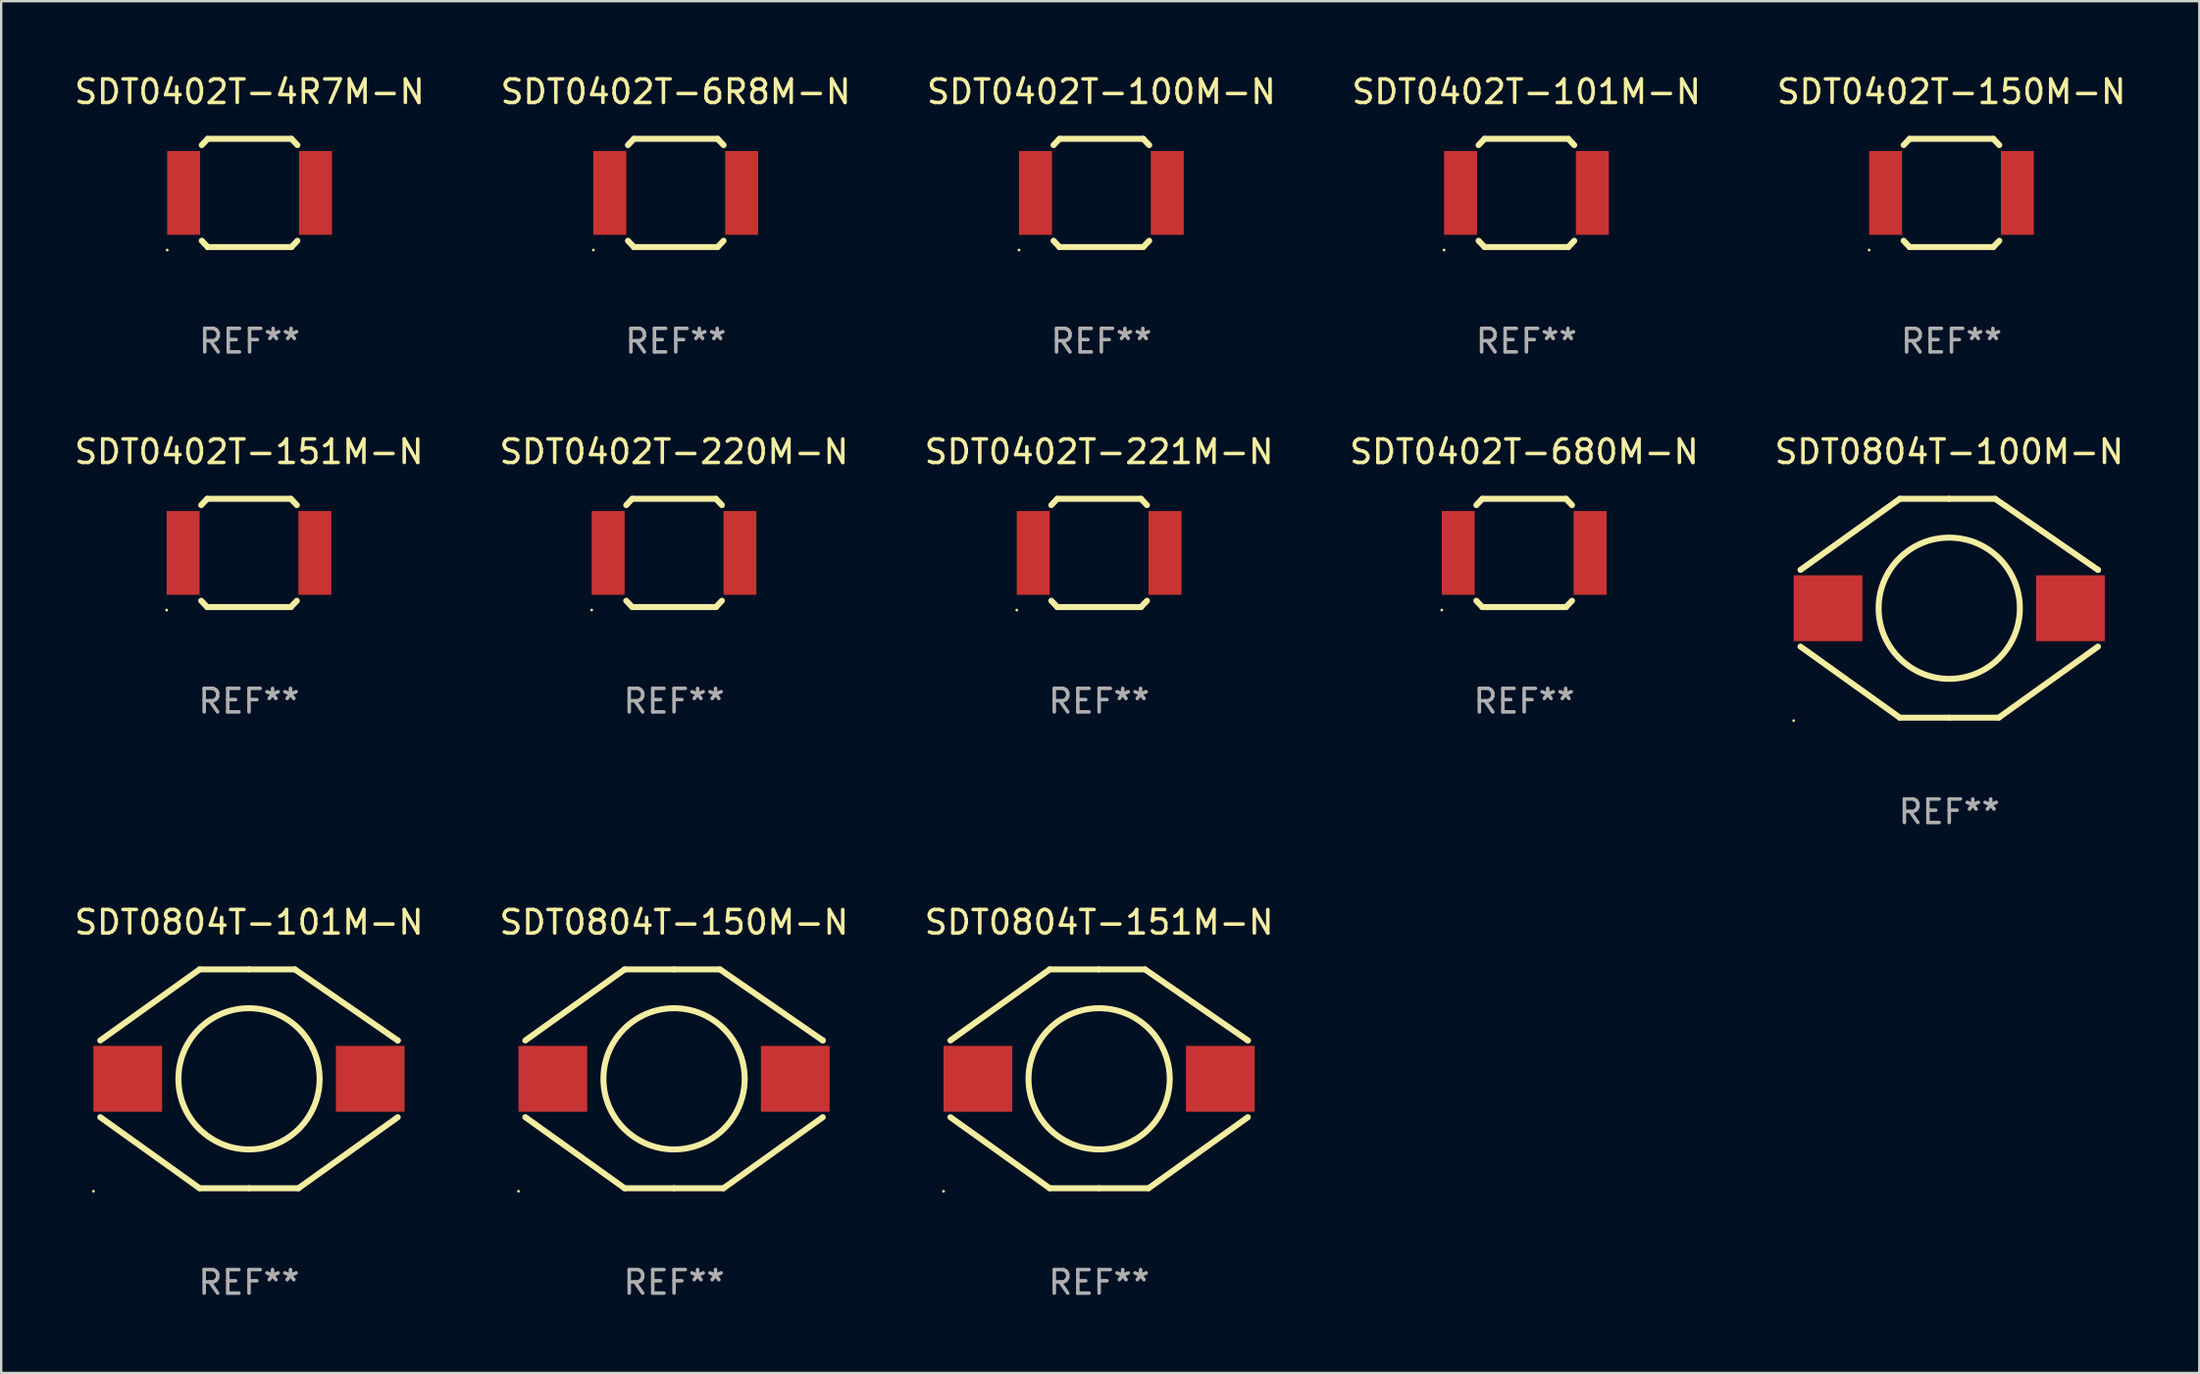
<source format=kicad_pcb>
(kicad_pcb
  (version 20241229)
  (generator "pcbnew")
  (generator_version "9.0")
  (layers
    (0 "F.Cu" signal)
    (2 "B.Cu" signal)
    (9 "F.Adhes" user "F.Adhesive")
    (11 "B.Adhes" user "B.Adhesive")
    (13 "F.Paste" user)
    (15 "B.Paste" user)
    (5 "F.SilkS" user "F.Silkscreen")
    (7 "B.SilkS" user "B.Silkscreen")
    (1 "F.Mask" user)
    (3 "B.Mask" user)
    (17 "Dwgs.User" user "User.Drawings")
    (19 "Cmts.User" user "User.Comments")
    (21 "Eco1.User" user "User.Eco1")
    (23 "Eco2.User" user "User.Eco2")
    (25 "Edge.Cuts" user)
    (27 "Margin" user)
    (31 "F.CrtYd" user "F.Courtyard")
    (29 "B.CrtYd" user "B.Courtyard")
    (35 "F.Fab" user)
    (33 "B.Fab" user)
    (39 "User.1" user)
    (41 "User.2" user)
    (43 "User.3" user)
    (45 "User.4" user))
  (footprint "SDT0804T-100M-N"
    (layer "F.Cu")
    (at 79.768 22.795)
    (property "Reference" "SDT0804T-100M-N" (at 0 -6.65 0) (layer "F.SilkS") (effects (font (size 1 1) (thickness 0.15))))
    (attr through_hole)
    (fp_line (start -2.1 -4.65) (end -6.32 -1.63) (stroke (width 0.254) (type solid)) (layer "F.SilkS"))
    (fp_line (start -2.1 4.65) (end -6.32 1.63) (stroke (width 0.254) (type solid)) (layer "F.SilkS"))
    (fp_line (start 0 -4.65) (end -2.1 -4.65) (stroke (width 0.254) (type solid)) (layer "F.SilkS"))
    (fp_line (start 0 -4.65) (end 1.95 -4.65) (stroke (width 0.254) (type solid)) (layer "F.SilkS"))
    (fp_line (start 0 4.65) (end -2.1 4.65) (stroke (width 0.254) (type solid)) (layer "F.SilkS"))
    (fp_line (start 0 4.65) (end 2.1 4.65) (stroke (width 0.254) (type solid)) (layer "F.SilkS"))
    (fp_line (start 1.95 -4.65) (end 6.32 -1.63) (stroke (width 0.254) (type solid)) (layer "F.SilkS"))
    (fp_line (start 2.1 4.65) (end 6.32 1.63) (stroke (width 0.254) (type solid)) (layer "F.SilkS"))
    (fp_line (start 6.32 -1.63) (end 6.32 -1.631) (stroke (width 0.254) (type solid)) (layer "F.SilkS"))
    (fp_circle (center -6.61 4.777) (end -6.58 4.777) (stroke (width 0.06) (type solid)) (fill no) (layer "F.SilkS"))
    (fp_circle (center 0 0) (end 3 0) (stroke (width 0.254) (type solid)) (fill no) (layer "F.SilkS"))
    (fp_text user "REF**" (at 0 8.65 0) (layer "F.Fab") (effects (font (size 1 1) (thickness 0.15))))
    (pad "1" smd rect (at -5.15 0) (size 2.92 2.8) (layers "F.Cu" "F.Mask" "F.Paste"))
    (pad "2" smd rect (at 5.15 0) (size 2.92 2.8) (layers "F.Cu" "F.Mask" "F.Paste")))
  (footprint "SDT0804T-150M-N"
    (layer "F.Cu")
    (at 25.589 42.791)
    (property "Reference" "SDT0804T-150M-N" (at 0 -6.65 0) (layer "F.SilkS") (effects (font (size 1 1) (thickness 0.15))))
    (attr through_hole)
    (fp_line (start -2.1 -4.65) (end -6.32 -1.63) (stroke (width 0.254) (type solid)) (layer "F.SilkS"))
    (fp_line (start -2.1 4.65) (end -6.32 1.63) (stroke (width 0.254) (type solid)) (layer "F.SilkS"))
    (fp_line (start 0 -4.65) (end -2.1 -4.65) (stroke (width 0.254) (type solid)) (layer "F.SilkS"))
    (fp_line (start 0 -4.65) (end 1.95 -4.65) (stroke (width 0.254) (type solid)) (layer "F.SilkS"))
    (fp_line (start 0 4.65) (end -2.1 4.65) (stroke (width 0.254) (type solid)) (layer "F.SilkS"))
    (fp_line (start 0 4.65) (end 2.1 4.65) (stroke (width 0.254) (type solid)) (layer "F.SilkS"))
    (fp_line (start 1.95 -4.65) (end 6.32 -1.63) (stroke (width 0.254) (type solid)) (layer "F.SilkS"))
    (fp_line (start 2.1 4.65) (end 6.32 1.63) (stroke (width 0.254) (type solid)) (layer "F.SilkS"))
    (fp_line (start 6.32 -1.63) (end 6.32 -1.631) (stroke (width 0.254) (type solid)) (layer "F.SilkS"))
    (fp_circle (center -6.61 4.777) (end -6.58 4.777) (stroke (width 0.06) (type solid)) (fill no) (layer "F.SilkS"))
    (fp_circle (center 0 0) (end 3 0) (stroke (width 0.254) (type solid)) (fill no) (layer "F.SilkS"))
    (fp_text user "REF**" (at 0 8.65 0) (layer "F.Fab") (effects (font (size 1 1) (thickness 0.15))))
    (pad "1" smd rect (at -5.15 0) (size 2.92 2.8) (layers "F.Cu" "F.Mask" "F.Paste"))
    (pad "2" smd rect (at 5.15 0) (size 2.92 2.8) (layers "F.Cu" "F.Mask" "F.Paste")))
  (footprint "SDT0804T-101M-N"
    (layer "F.Cu")
    (at 7.53 42.791)
    (property "Reference" "SDT0804T-101M-N" (at 0 -6.65 0) (layer "F.SilkS") (effects (font (size 1 1) (thickness 0.15))))
    (attr through_hole)
    (fp_line (start -2.1 -4.65) (end -6.32 -1.63) (stroke (width 0.254) (type solid)) (layer "F.SilkS"))
    (fp_line (start -2.1 4.65) (end -6.32 1.63) (stroke (width 0.254) (type solid)) (layer "F.SilkS"))
    (fp_line (start 0 -4.65) (end -2.1 -4.65) (stroke (width 0.254) (type solid)) (layer "F.SilkS"))
    (fp_line (start 0 -4.65) (end 1.95 -4.65) (stroke (width 0.254) (type solid)) (layer "F.SilkS"))
    (fp_line (start 0 4.65) (end -2.1 4.65) (stroke (width 0.254) (type solid)) (layer "F.SilkS"))
    (fp_line (start 0 4.65) (end 2.1 4.65) (stroke (width 0.254) (type solid)) (layer "F.SilkS"))
    (fp_line (start 1.95 -4.65) (end 6.32 -1.63) (stroke (width 0.254) (type solid)) (layer "F.SilkS"))
    (fp_line (start 2.1 4.65) (end 6.32 1.63) (stroke (width 0.254) (type solid)) (layer "F.SilkS"))
    (fp_line (start 6.32 -1.63) (end 6.32 -1.631) (stroke (width 0.254) (type solid)) (layer "F.SilkS"))
    (fp_circle (center -6.61 4.777) (end -6.58 4.777) (stroke (width 0.06) (type solid)) (fill no) (layer "F.SilkS"))
    (fp_circle (center 0 0) (end 3 0) (stroke (width 0.254) (type solid)) (fill no) (layer "F.SilkS"))
    (fp_text user "REF**" (at 0 8.65 0) (layer "F.Fab") (effects (font (size 1 1) (thickness 0.15))))
    (pad "1" smd rect (at -5.15 0) (size 2.92 2.8) (layers "F.Cu" "F.Mask" "F.Paste"))
    (pad "2" smd rect (at 5.15 0) (size 2.92 2.8) (layers "F.Cu" "F.Mask" "F.Paste")))
  (footprint "SDT0402T-151M-N"
    (layer "F.Cu")
    (at 7.53 20.445)
    (property "Reference" "SDT0402T-151M-N" (at 0 -4.3 0) (layer "F.SilkS") (effects (font (size 1 1) (thickness 0.15))))
    (attr through_hole)
    (fp_line (start -1.778 -2.3) (end -2.032 -2.032) (stroke (width 0.254) (type solid)) (layer "F.SilkS"))
    (fp_line (start -1.778 -2.3) (end 1.778 -2.3) (stroke (width 0.254) (type solid)) (layer "F.SilkS"))
    (fp_line (start -1.778 2.3) (end -2.032 2.032) (stroke (width 0.254) (type solid)) (layer "F.SilkS"))
    (fp_line (start -1.778 2.3) (end 1.778 2.3) (stroke (width 0.254) (type solid)) (layer "F.SilkS"))
    (fp_line (start 1.778 -2.3) (end 2.032 -2.032) (stroke (width 0.254) (type solid)) (layer "F.SilkS"))
    (fp_line (start 1.778 2.3) (end 2.032 2.032) (stroke (width 0.254) (type solid)) (layer "F.SilkS"))
    (fp_circle (center -3.5 2.427) (end -3.47 2.427) (stroke (width 0.06) (type solid)) (fill no) (layer "F.SilkS"))
    (fp_text user "REF**" (at 0 6.3 0) (layer "F.Fab") (effects (font (size 1 1) (thickness 0.15))))
    (pad "1" smd rect (at -2.8 0) (size 1.4 3.56) (layers "F.Cu" "F.Mask" "F.Paste"))
    (pad "2" smd rect (at 2.8 0) (size 1.4 3.56) (layers "F.Cu" "F.Mask" "F.Paste")))
  (footprint "SDT0402T-221M-N"
    (layer "F.Cu")
    (at 43.649 20.445)
    (property "Reference" "SDT0402T-221M-N" (at 0 -4.3 0) (layer "F.SilkS") (effects (font (size 1 1) (thickness 0.15))))
    (attr through_hole)
    (fp_line (start -1.778 -2.3) (end -2.032 -2.032) (stroke (width 0.254) (type solid)) (layer "F.SilkS"))
    (fp_line (start -1.778 -2.3) (end 1.778 -2.3) (stroke (width 0.254) (type solid)) (layer "F.SilkS"))
    (fp_line (start -1.778 2.3) (end -2.032 2.032) (stroke (width 0.254) (type solid)) (layer "F.SilkS"))
    (fp_line (start -1.778 2.3) (end 1.778 2.3) (stroke (width 0.254) (type solid)) (layer "F.SilkS"))
    (fp_line (start 1.778 -2.3) (end 2.032 -2.032) (stroke (width 0.254) (type solid)) (layer "F.SilkS"))
    (fp_line (start 1.778 2.3) (end 2.032 2.032) (stroke (width 0.254) (type solid)) (layer "F.SilkS"))
    (fp_circle (center -3.5 2.427) (end -3.47 2.427) (stroke (width 0.06) (type solid)) (fill no) (layer "F.SilkS"))
    (fp_text user "REF**" (at 0 6.3 0) (layer "F.Fab") (effects (font (size 1 1) (thickness 0.15))))
    (pad "1" smd rect (at -2.8 0) (size 1.4 3.56) (layers "F.Cu" "F.Mask" "F.Paste"))
    (pad "2" smd rect (at 2.8 0) (size 1.4 3.56) (layers "F.Cu" "F.Mask" "F.Paste")))
  (footprint "SDT0402T-6R8M-N"
    (layer "F.Cu")
    (at 25.661 5.148)
    (property "Reference" "SDT0402T-6R8M-N" (at 0 -4.3 0) (layer "F.SilkS") (effects (font (size 1 1) (thickness 0.15))))
    (attr through_hole)
    (fp_line (start -1.778 -2.3) (end -2.032 -2.032) (stroke (width 0.254) (type solid)) (layer "F.SilkS"))
    (fp_line (start -1.778 -2.3) (end 1.778 -2.3) (stroke (width 0.254) (type solid)) (layer "F.SilkS"))
    (fp_line (start -1.778 2.3) (end -2.032 2.032) (stroke (width 0.254) (type solid)) (layer "F.SilkS"))
    (fp_line (start -1.778 2.3) (end 1.778 2.3) (stroke (width 0.254) (type solid)) (layer "F.SilkS"))
    (fp_line (start 1.778 -2.3) (end 2.032 -2.032) (stroke (width 0.254) (type solid)) (layer "F.SilkS"))
    (fp_line (start 1.778 2.3) (end 2.032 2.032) (stroke (width 0.254) (type solid)) (layer "F.SilkS"))
    (fp_circle (center -3.5 2.427) (end -3.47 2.427) (stroke (width 0.06) (type solid)) (fill no) (layer "F.SilkS"))
    (fp_text user "REF**" (at 0 6.3 0) (layer "F.Fab") (effects (font (size 1 1) (thickness 0.15))))
    (pad "1" smd rect (at -2.8 0) (size 1.4 3.56) (layers "F.Cu" "F.Mask" "F.Paste"))
    (pad "2" smd rect (at 2.8 0) (size 1.4 3.56) (layers "F.Cu" "F.Mask" "F.Paste")))
  (footprint "SDT0402T-680M-N"
    (layer "F.Cu")
    (at 61.708 20.445)
    (property "Reference" "SDT0402T-680M-N" (at 0 -4.3 0) (layer "F.SilkS") (effects (font (size 1 1) (thickness 0.15))))
    (attr through_hole)
    (fp_line (start -1.778 -2.3) (end -2.032 -2.032) (stroke (width 0.254) (type solid)) (layer "F.SilkS"))
    (fp_line (start -1.778 -2.3) (end 1.778 -2.3) (stroke (width 0.254) (type solid)) (layer "F.SilkS"))
    (fp_line (start -1.778 2.3) (end -2.032 2.032) (stroke (width 0.254) (type solid)) (layer "F.SilkS"))
    (fp_line (start -1.778 2.3) (end 1.778 2.3) (stroke (width 0.254) (type solid)) (layer "F.SilkS"))
    (fp_line (start 1.778 -2.3) (end 2.032 -2.032) (stroke (width 0.254) (type solid)) (layer "F.SilkS"))
    (fp_line (start 1.778 2.3) (end 2.032 2.032) (stroke (width 0.254) (type solid)) (layer "F.SilkS"))
    (fp_circle (center -3.5 2.427) (end -3.47 2.427) (stroke (width 0.06) (type solid)) (fill no) (layer "F.SilkS"))
    (fp_text user "REF**" (at 0 6.3 0) (layer "F.Fab") (effects (font (size 1 1) (thickness 0.15))))
    (pad "1" smd rect (at -2.8 0) (size 1.4 3.56) (layers "F.Cu" "F.Mask" "F.Paste"))
    (pad "2" smd rect (at 2.8 0) (size 1.4 3.56) (layers "F.Cu" "F.Mask" "F.Paste")))
  (footprint "SDT0402T-220M-N"
    (layer "F.Cu")
    (at 25.589 20.445)
    (property "Reference" "SDT0402T-220M-N" (at 0 -4.3 0) (layer "F.SilkS") (effects (font (size 1 1) (thickness 0.15))))
    (attr through_hole)
    (fp_line (start -1.778 -2.3) (end -2.032 -2.032) (stroke (width 0.254) (type solid)) (layer "F.SilkS"))
    (fp_line (start -1.778 -2.3) (end 1.778 -2.3) (stroke (width 0.254) (type solid)) (layer "F.SilkS"))
    (fp_line (start -1.778 2.3) (end -2.032 2.032) (stroke (width 0.254) (type solid)) (layer "F.SilkS"))
    (fp_line (start -1.778 2.3) (end 1.778 2.3) (stroke (width 0.254) (type solid)) (layer "F.SilkS"))
    (fp_line (start 1.778 -2.3) (end 2.032 -2.032) (stroke (width 0.254) (type solid)) (layer "F.SilkS"))
    (fp_line (start 1.778 2.3) (end 2.032 2.032) (stroke (width 0.254) (type solid)) (layer "F.SilkS"))
    (fp_circle (center -3.5 2.427) (end -3.47 2.427) (stroke (width 0.06) (type solid)) (fill no) (layer "F.SilkS"))
    (fp_text user "REF**" (at 0 6.3 0) (layer "F.Fab") (effects (font (size 1 1) (thickness 0.15))))
    (pad "1" smd rect (at -2.8 0) (size 1.4 3.56) (layers "F.Cu" "F.Mask" "F.Paste"))
    (pad "2" smd rect (at 2.8 0) (size 1.4 3.56) (layers "F.Cu" "F.Mask" "F.Paste")))
  (footprint "SDT0402T-100M-N"
    (layer "F.Cu")
    (at 43.744 5.148)
    (property "Reference" "SDT0402T-100M-N" (at 0 -4.3 0) (layer "F.SilkS") (effects (font (size 1 1) (thickness 0.15))))
    (attr through_hole)
    (fp_line (start -1.778 -2.3) (end -2.032 -2.032) (stroke (width 0.254) (type solid)) (layer "F.SilkS"))
    (fp_line (start -1.778 -2.3) (end 1.778 -2.3) (stroke (width 0.254) (type solid)) (layer "F.SilkS"))
    (fp_line (start -1.778 2.3) (end -2.032 2.032) (stroke (width 0.254) (type solid)) (layer "F.SilkS"))
    (fp_line (start -1.778 2.3) (end 1.778 2.3) (stroke (width 0.254) (type solid)) (layer "F.SilkS"))
    (fp_line (start 1.778 -2.3) (end 2.032 -2.032) (stroke (width 0.254) (type solid)) (layer "F.SilkS"))
    (fp_line (start 1.778 2.3) (end 2.032 2.032) (stroke (width 0.254) (type solid)) (layer "F.SilkS"))
    (fp_circle (center -3.5 2.427) (end -3.47 2.427) (stroke (width 0.06) (type solid)) (fill no) (layer "F.SilkS"))
    (fp_text user "REF**" (at 0 6.3 0) (layer "F.Fab") (effects (font (size 1 1) (thickness 0.15))))
    (pad "1" smd rect (at -2.8 0) (size 1.4 3.56) (layers "F.Cu" "F.Mask" "F.Paste"))
    (pad "2" smd rect (at 2.8 0) (size 1.4 3.56) (layers "F.Cu" "F.Mask" "F.Paste")))
  (footprint "SDT0402T-101M-N"
    (layer "F.Cu")
    (at 61.804 5.148)
    (property "Reference" "SDT0402T-101M-N" (at 0 -4.3 0) (layer "F.SilkS") (effects (font (size 1 1) (thickness 0.15))))
    (attr through_hole)
    (fp_line (start -1.778 -2.3) (end -2.032 -2.032) (stroke (width 0.254) (type solid)) (layer "F.SilkS"))
    (fp_line (start -1.778 -2.3) (end 1.778 -2.3) (stroke (width 0.254) (type solid)) (layer "F.SilkS"))
    (fp_line (start -1.778 2.3) (end -2.032 2.032) (stroke (width 0.254) (type solid)) (layer "F.SilkS"))
    (fp_line (start -1.778 2.3) (end 1.778 2.3) (stroke (width 0.254) (type solid)) (layer "F.SilkS"))
    (fp_line (start 1.778 -2.3) (end 2.032 -2.032) (stroke (width 0.254) (type solid)) (layer "F.SilkS"))
    (fp_line (start 1.778 2.3) (end 2.032 2.032) (stroke (width 0.254) (type solid)) (layer "F.SilkS"))
    (fp_circle (center -3.5 2.427) (end -3.47 2.427) (stroke (width 0.06) (type solid)) (fill no) (layer "F.SilkS"))
    (fp_text user "REF**" (at 0 6.3 0) (layer "F.Fab") (effects (font (size 1 1) (thickness 0.15))))
    (pad "1" smd rect (at -2.8 0) (size 1.4 3.56) (layers "F.Cu" "F.Mask" "F.Paste"))
    (pad "2" smd rect (at 2.8 0) (size 1.4 3.56) (layers "F.Cu" "F.Mask" "F.Paste")))
  (footprint "SDT0402T-4R7M-N"
    (layer "F.Cu")
    (at 7.554 5.148)
    (property "Reference" "SDT0402T-4R7M-N" (at 0 -4.3 0) (layer "F.SilkS") (effects (font (size 1 1) (thickness 0.15))))
    (attr through_hole)
    (fp_line (start -1.778 -2.3) (end -2.032 -2.032) (stroke (width 0.254) (type solid)) (layer "F.SilkS"))
    (fp_line (start -1.778 -2.3) (end 1.778 -2.3) (stroke (width 0.254) (type solid)) (layer "F.SilkS"))
    (fp_line (start -1.778 2.3) (end -2.032 2.032) (stroke (width 0.254) (type solid)) (layer "F.SilkS"))
    (fp_line (start -1.778 2.3) (end 1.778 2.3) (stroke (width 0.254) (type solid)) (layer "F.SilkS"))
    (fp_line (start 1.778 -2.3) (end 2.032 -2.032) (stroke (width 0.254) (type solid)) (layer "F.SilkS"))
    (fp_line (start 1.778 2.3) (end 2.032 2.032) (stroke (width 0.254) (type solid)) (layer "F.SilkS"))
    (fp_circle (center -3.5 2.427) (end -3.47 2.427) (stroke (width 0.06) (type solid)) (fill no) (layer "F.SilkS"))
    (fp_text user "REF**" (at 0 6.3 0) (layer "F.Fab") (effects (font (size 1 1) (thickness 0.15))))
    (pad "1" smd rect (at -2.8 0) (size 1.4 3.56) (layers "F.Cu" "F.Mask" "F.Paste"))
    (pad "2" smd rect (at 2.8 0) (size 1.4 3.56) (layers "F.Cu" "F.Mask" "F.Paste")))
  (footprint "SDT0402T-150M-N"
    (layer "F.Cu")
    (at 79.863 5.148)
    (property "Reference" "SDT0402T-150M-N" (at 0 -4.3 0) (layer "F.SilkS") (effects (font (size 1 1) (thickness 0.15))))
    (attr through_hole)
    (fp_line (start -1.778 -2.3) (end -2.032 -2.032) (stroke (width 0.254) (type solid)) (layer "F.SilkS"))
    (fp_line (start -1.778 -2.3) (end 1.778 -2.3) (stroke (width 0.254) (type solid)) (layer "F.SilkS"))
    (fp_line (start -1.778 2.3) (end -2.032 2.032) (stroke (width 0.254) (type solid)) (layer "F.SilkS"))
    (fp_line (start -1.778 2.3) (end 1.778 2.3) (stroke (width 0.254) (type solid)) (layer "F.SilkS"))
    (fp_line (start 1.778 -2.3) (end 2.032 -2.032) (stroke (width 0.254) (type solid)) (layer "F.SilkS"))
    (fp_line (start 1.778 2.3) (end 2.032 2.032) (stroke (width 0.254) (type solid)) (layer "F.SilkS"))
    (fp_circle (center -3.5 2.427) (end -3.47 2.427) (stroke (width 0.06) (type solid)) (fill no) (layer "F.SilkS"))
    (fp_text user "REF**" (at 0 6.3 0) (layer "F.Fab") (effects (font (size 1 1) (thickness 0.15))))
    (pad "1" smd rect (at -2.8 0) (size 1.4 3.56) (layers "F.Cu" "F.Mask" "F.Paste"))
    (pad "2" smd rect (at 2.8 0) (size 1.4 3.56) (layers "F.Cu" "F.Mask" "F.Paste")))
  (footprint "SDT0804T-151M-N"
    (layer "F.Cu")
    (at 43.649 42.791)
    (property "Reference" "SDT0804T-151M-N" (at 0 -6.65 0) (layer "F.SilkS") (effects (font (size 1 1) (thickness 0.15))))
    (attr through_hole)
    (fp_line (start -2.1 -4.65) (end -6.32 -1.63) (stroke (width 0.254) (type solid)) (layer "F.SilkS"))
    (fp_line (start -2.1 4.65) (end -6.32 1.63) (stroke (width 0.254) (type solid)) (layer "F.SilkS"))
    (fp_line (start 0 -4.65) (end -2.1 -4.65) (stroke (width 0.254) (type solid)) (layer "F.SilkS"))
    (fp_line (start 0 -4.65) (end 1.95 -4.65) (stroke (width 0.254) (type solid)) (layer "F.SilkS"))
    (fp_line (start 0 4.65) (end -2.1 4.65) (stroke (width 0.254) (type solid)) (layer "F.SilkS"))
    (fp_line (start 0 4.65) (end 2.1 4.65) (stroke (width 0.254) (type solid)) (layer "F.SilkS"))
    (fp_line (start 1.95 -4.65) (end 6.32 -1.63) (stroke (width 0.254) (type solid)) (layer "F.SilkS"))
    (fp_line (start 2.1 4.65) (end 6.32 1.63) (stroke (width 0.254) (type solid)) (layer "F.SilkS"))
    (fp_line (start 6.32 -1.63) (end 6.32 -1.631) (stroke (width 0.254) (type solid)) (layer "F.SilkS"))
    (fp_circle (center -6.61 4.777) (end -6.58 4.777) (stroke (width 0.06) (type solid)) (fill no) (layer "F.SilkS"))
    (fp_circle (center 0 0) (end 3 0) (stroke (width 0.254) (type solid)) (fill no) (layer "F.SilkS"))
    (fp_text user "REF**" (at 0 8.65 0) (layer "F.Fab") (effects (font (size 1 1) (thickness 0.15))))
    (pad "1" smd rect (at -5.15 0) (size 2.92 2.8) (layers "F.Cu" "F.Mask" "F.Paste"))
    (pad "2" smd rect (at 5.15 0) (size 2.92 2.8) (layers "F.Cu" "F.Mask" "F.Paste")))
  (gr_rect
    (start -3 -3)
    (end 90.393 55.29)
    (stroke (width 0.1) (type default))
    (fill no)
    (layer "Edge.Cuts")))
</source>
